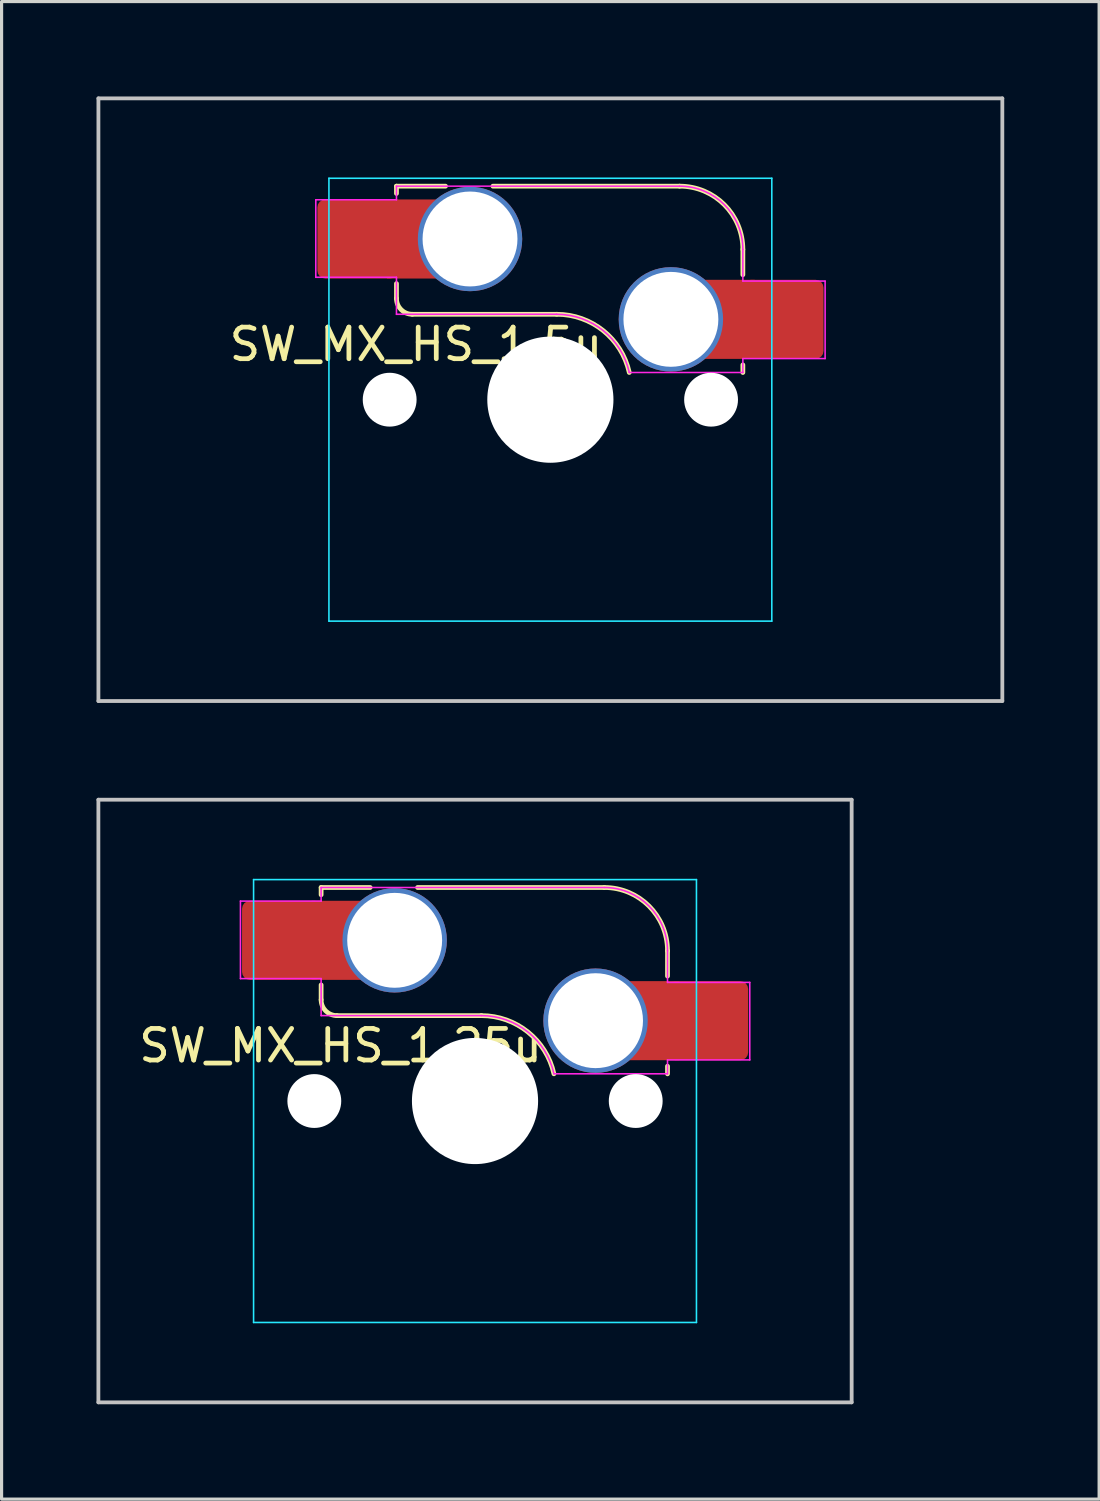
<source format=kicad_pcb>
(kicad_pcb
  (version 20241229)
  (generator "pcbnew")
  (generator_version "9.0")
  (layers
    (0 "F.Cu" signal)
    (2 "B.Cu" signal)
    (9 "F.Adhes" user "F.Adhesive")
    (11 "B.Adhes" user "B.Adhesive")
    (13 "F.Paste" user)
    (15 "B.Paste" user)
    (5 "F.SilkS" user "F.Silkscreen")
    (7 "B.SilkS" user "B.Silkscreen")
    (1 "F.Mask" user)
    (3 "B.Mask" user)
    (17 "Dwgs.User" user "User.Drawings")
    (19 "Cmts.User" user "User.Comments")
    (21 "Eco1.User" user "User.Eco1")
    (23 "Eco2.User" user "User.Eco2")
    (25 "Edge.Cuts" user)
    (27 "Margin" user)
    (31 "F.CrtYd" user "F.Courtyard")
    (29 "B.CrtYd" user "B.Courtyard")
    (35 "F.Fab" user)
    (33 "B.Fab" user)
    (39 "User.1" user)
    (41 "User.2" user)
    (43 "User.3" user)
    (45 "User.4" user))
  (footprint "SW_MX_HS_1.25u"
    (layer "F.Cu")
    (at 11.966 31.755)
    (property "Reference" "SW_MX_HS_1.25u" (at -4.25 -1.75 0) (layer "F.SilkS") (effects (font (size 1 1) (thickness 0.15))))
    (attr smd)
    (fp_line (start -4.865 -6.75) (end -4.865 -6.52) (stroke (width 0.15) (type solid)) (layer "F.SilkS"))
    (fp_line (start -4.865 -3.67) (end -4.865 -3.2) (stroke (width 0.15) (type solid)) (layer "F.SilkS"))
    (fp_line (start -4.365 -2.7) (end 0.2 -2.7) (stroke (width 0.15) (type solid)) (layer "F.SilkS"))
    (fp_line (start -3.315 -6.75) (end -4.865 -6.75) (stroke (width 0.15) (type solid)) (layer "F.SilkS"))
    (fp_line (start 4.085 -6.75) (end -1.815 -6.75) (stroke (width 0.15) (type solid)) (layer "F.SilkS"))
    (fp_line (start 6.085 -3.95) (end 6.085 -4.75) (stroke (width 0.15) (type solid)) (layer "F.SilkS"))
    (fp_line (start 6.085 -1.1) (end 6.085 -0.86) (stroke (width 0.15) (type solid)) (layer "F.SilkS"))
    (fp_arc (start -4.364824 -2.70022) (mid -4.718377 -2.846667) (end -4.864824 -3.20022) (stroke (width 0.15) (type solid)) (layer "F.SilkS"))
    (fp_arc (start 0.2 -2.70022) (mid 1.670693 -2.183637) (end 2.494322 -0.86022) (stroke (width 0.15) (type solid)) (layer "F.SilkS"))
    (fp_arc (start 4.085176 -6.75022) (mid 5.49939 -6.164434) (end 6.085176 -4.75022) (stroke (width 0.15) (type solid)) (layer "F.SilkS"))
    (fp_line (start -11.906 -9.525) (end 11.906 -9.525) (stroke (width 0.12) (type solid)) (layer "Dwgs.User"))
    (fp_line (start -11.906 9.525) (end -11.906 -9.525) (stroke (width 0.12) (type solid)) (layer "Dwgs.User"))
    (fp_line (start 11.906 -9.525) (end 11.906 9.525) (stroke (width 0.12) (type solid)) (layer "Dwgs.User"))
    (fp_line (start 11.906 9.525) (end -11.906 9.525) (stroke (width 0.12) (type solid)) (layer "Dwgs.User"))
    (fp_line (start -7 -6.5) (end -7 6.5) (stroke (width 0.05) (type solid)) (layer "Eco2.User"))
    (fp_line (start -6.5 7) (end 6.5 7) (stroke (width 0.05) (type solid)) (layer "Eco2.User"))
    (fp_line (start 6.5 -7) (end -6.5 -7) (stroke (width 0.05) (type solid)) (layer "Eco2.User"))
    (fp_line (start 7 6.5) (end 7 -6.5) (stroke (width 0.05) (type solid)) (layer "Eco2.User"))
    (fp_arc (start -7 -6.5) (mid -6.853553 -6.853553) (end -6.5 -7) (stroke (width 0.05) (type solid)) (layer "Eco2.User"))
    (fp_arc (start -6.497236 6.998884) (mid -6.850789 6.852437) (end -6.997236 6.498884) (stroke (width 0.05) (type solid)) (layer "Eco2.User"))
    (fp_arc (start 6.5 -7) (mid 6.853553 -6.853553) (end 7 -6.5) (stroke (width 0.05) (type solid)) (layer "Eco2.User"))
    (fp_arc (start 7 6.5) (mid 6.853553 6.853553) (end 6.5 7) (stroke (width 0.05) (type solid)) (layer "Eco2.User"))
    (fp_line (start -7 -7) (end 7 -7) (stroke (width 0.05) (type solid)) (layer "B.CrtYd"))
    (fp_line (start -7 7) (end -7 -7) (stroke (width 0.05) (type solid)) (layer "B.CrtYd"))
    (fp_line (start 7 -7) (end 7 7) (stroke (width 0.05) (type solid)) (layer "B.CrtYd"))
    (fp_line (start 7 7) (end -7 7) (stroke (width 0.05) (type solid)) (layer "B.CrtYd"))
    (fp_line (start -7.415 -6.32) (end -4.865 -6.32) (stroke (width 0.05) (type solid)) (layer "F.CrtYd"))
    (fp_line (start -7.415 -3.87) (end -7.415 -6.32) (stroke (width 0.05) (type solid)) (layer "F.CrtYd"))
    (fp_line (start -4.865 -6.75) (end -4.865 -6.32) (stroke (width 0.05) (type solid)) (layer "F.CrtYd"))
    (fp_line (start -4.865 -3.87) (end -7.415 -3.87) (stroke (width 0.05) (type solid)) (layer "F.CrtYd"))
    (fp_line (start -4.865 -3.87) (end -4.865 -2.7) (stroke (width 0.05) (type solid)) (layer "F.CrtYd"))
    (fp_line (start -4.865 -2.7) (end 0.2 -2.7) (stroke (width 0.05) (type solid)) (layer "F.CrtYd"))
    (fp_line (start 4.085 -6.75) (end -4.865 -6.75) (stroke (width 0.05) (type solid)) (layer "F.CrtYd"))
    (fp_line (start 6.085 -3.75) (end 6.085 -4.75) (stroke (width 0.05) (type solid)) (layer "F.CrtYd"))
    (fp_line (start 6.085 -3.75) (end 8.685 -3.75) (stroke (width 0.05) (type solid)) (layer "F.CrtYd"))
    (fp_line (start 6.085 -1.3) (end 6.085 -0.86) (stroke (width 0.05) (type solid)) (layer "F.CrtYd"))
    (fp_line (start 6.085 -0.86) (end 2.494 -0.86) (stroke (width 0.05) (type solid)) (layer "F.CrtYd"))
    (fp_line (start 8.685 -3.75) (end 8.685 -1.3) (stroke (width 0.05) (type solid)) (layer "F.CrtYd"))
    (fp_line (start 8.685 -1.3) (end 6.085 -1.3) (stroke (width 0.05) (type solid)) (layer "F.CrtYd"))
    (fp_arc (start 0.2 -2.70022) (mid 1.670503 -2.183399) (end 2.494322 -0.86022) (stroke (width 0.05) (type solid)) (layer "F.CrtYd"))
    (fp_arc (start 4.085176 -6.75022) (mid 5.49939 -6.164434) (end 6.085176 -4.75022) (stroke (width 0.05) (type solid)) (layer "F.CrtYd"))
    (pad "" np_thru_hole circle (at -5.08 0) (size 1.702 1.702) (drill 1.702) (layers "*.Cu" "*.Mask"))
    (pad "" np_thru_hole circle (at 0 0) (size 3.988 3.988) (drill 3.988) (layers "*.Cu" "*.Mask"))
    (pad "" np_thru_hole circle (at 5.08 0) (size 1.702 1.702) (drill 1.702) (layers "*.Cu" "*.Mask"))
    (pad "1" thru_hole circle (at 3.81 -2.54) (size 3.3 3.3) (drill 3) (layers "*.Cu" "*.Mask"))
    (pad "1" smd rect (at 5.635 -2.54 180) (size 1.65 2.5) (layers "F.Cu"))
    (pad "1" smd roundrect (at 7.36 -2.54) (size 2.55 2.5) (layers "F.Cu" "F.Mask" "F.Paste") (roundrect_rratio 0.1))
    (pad "2" smd roundrect (at -6.09 -5.08) (size 2.55 2.5) (layers "F.Cu" "F.Mask" "F.Paste") (roundrect_rratio 0.1))
    (pad "2" smd rect (at -4.34 -5.08) (size 1.65 2.5) (layers "F.Cu"))
    (pad "2" thru_hole circle (at -2.54 -5.08) (size 3.3 3.3) (drill 3) (layers "*.Cu" "*.Mask")))
  (footprint "SW_MX_HS_1.5u"
    (layer "F.Cu")
    (at 14.348 9.585)
    (property "Reference" "SW_MX_HS_1.5u" (at -4.25 -1.75 0) (layer "F.SilkS") (effects (font (size 1 1) (thickness 0.15))))
    (attr smd)
    (fp_line (start -4.865 -6.75) (end -4.865 -6.52) (stroke (width 0.15) (type solid)) (layer "F.SilkS"))
    (fp_line (start -4.865 -3.67) (end -4.865 -3.2) (stroke (width 0.15) (type solid)) (layer "F.SilkS"))
    (fp_line (start -4.365 -2.7) (end 0.2 -2.7) (stroke (width 0.15) (type solid)) (layer "F.SilkS"))
    (fp_line (start -3.315 -6.75) (end -4.865 -6.75) (stroke (width 0.15) (type solid)) (layer "F.SilkS"))
    (fp_line (start 4.085 -6.75) (end -1.815 -6.75) (stroke (width 0.15) (type solid)) (layer "F.SilkS"))
    (fp_line (start 6.085 -3.95) (end 6.085 -4.75) (stroke (width 0.15) (type solid)) (layer "F.SilkS"))
    (fp_line (start 6.085 -1.1) (end 6.085 -0.86) (stroke (width 0.15) (type solid)) (layer "F.SilkS"))
    (fp_arc (start -4.364824 -2.70022) (mid -4.718377 -2.846667) (end -4.864824 -3.20022) (stroke (width 0.15) (type solid)) (layer "F.SilkS"))
    (fp_arc (start 0.2 -2.70022) (mid 1.670693 -2.183637) (end 2.494322 -0.86022) (stroke (width 0.15) (type solid)) (layer "F.SilkS"))
    (fp_arc (start 4.085176 -6.75022) (mid 5.49939 -6.164434) (end 6.085176 -4.75022) (stroke (width 0.15) (type solid)) (layer "F.SilkS"))
    (fp_line (start -14.287 -9.525) (end 14.287 -9.525) (stroke (width 0.12) (type solid)) (layer "Dwgs.User"))
    (fp_line (start -14.287 9.525) (end -14.287 -9.525) (stroke (width 0.12) (type solid)) (layer "Dwgs.User"))
    (fp_line (start 14.287 -9.525) (end 14.287 9.525) (stroke (width 0.12) (type solid)) (layer "Dwgs.User"))
    (fp_line (start 14.287 9.525) (end -14.287 9.525) (stroke (width 0.12) (type solid)) (layer "Dwgs.User"))
    (fp_line (start -7 -6.5) (end -7 6.5) (stroke (width 0.05) (type solid)) (layer "Eco2.User"))
    (fp_line (start -6.5 7) (end 6.5 7) (stroke (width 0.05) (type solid)) (layer "Eco2.User"))
    (fp_line (start 6.5 -7) (end -6.5 -7) (stroke (width 0.05) (type solid)) (layer "Eco2.User"))
    (fp_line (start 7 6.5) (end 7 -6.5) (stroke (width 0.05) (type solid)) (layer "Eco2.User"))
    (fp_arc (start -7 -6.5) (mid -6.853553 -6.853553) (end -6.5 -7) (stroke (width 0.05) (type solid)) (layer "Eco2.User"))
    (fp_arc (start -6.497236 6.998884) (mid -6.850789 6.852437) (end -6.997236 6.498884) (stroke (width 0.05) (type solid)) (layer "Eco2.User"))
    (fp_arc (start 6.5 -7) (mid 6.853553 -6.853553) (end 7 -6.5) (stroke (width 0.05) (type solid)) (layer "Eco2.User"))
    (fp_arc (start 7 6.5) (mid 6.853553 6.853553) (end 6.5 7) (stroke (width 0.05) (type solid)) (layer "Eco2.User"))
    (fp_line (start -7 -7) (end 7 -7) (stroke (width 0.05) (type solid)) (layer "B.CrtYd"))
    (fp_line (start -7 7) (end -7 -7) (stroke (width 0.05) (type solid)) (layer "B.CrtYd"))
    (fp_line (start 7 -7) (end 7 7) (stroke (width 0.05) (type solid)) (layer "B.CrtYd"))
    (fp_line (start 7 7) (end -7 7) (stroke (width 0.05) (type solid)) (layer "B.CrtYd"))
    (fp_line (start -7.415 -6.32) (end -4.865 -6.32) (stroke (width 0.05) (type solid)) (layer "F.CrtYd"))
    (fp_line (start -7.415 -3.87) (end -7.415 -6.32) (stroke (width 0.05) (type solid)) (layer "F.CrtYd"))
    (fp_line (start -4.865 -6.75) (end -4.865 -6.32) (stroke (width 0.05) (type solid)) (layer "F.CrtYd"))
    (fp_line (start -4.865 -3.87) (end -7.415 -3.87) (stroke (width 0.05) (type solid)) (layer "F.CrtYd"))
    (fp_line (start -4.865 -3.87) (end -4.865 -2.7) (stroke (width 0.05) (type solid)) (layer "F.CrtYd"))
    (fp_line (start -4.865 -2.7) (end 0.2 -2.7) (stroke (width 0.05) (type solid)) (layer "F.CrtYd"))
    (fp_line (start 4.085 -6.75) (end -4.865 -6.75) (stroke (width 0.05) (type solid)) (layer "F.CrtYd"))
    (fp_line (start 6.085 -3.75) (end 6.085 -4.75) (stroke (width 0.05) (type solid)) (layer "F.CrtYd"))
    (fp_line (start 6.085 -3.75) (end 8.685 -3.75) (stroke (width 0.05) (type solid)) (layer "F.CrtYd"))
    (fp_line (start 6.085 -1.3) (end 6.085 -0.86) (stroke (width 0.05) (type solid)) (layer "F.CrtYd"))
    (fp_line (start 6.085 -0.86) (end 2.494 -0.86) (stroke (width 0.05) (type solid)) (layer "F.CrtYd"))
    (fp_line (start 8.685 -3.75) (end 8.685 -1.3) (stroke (width 0.05) (type solid)) (layer "F.CrtYd"))
    (fp_line (start 8.685 -1.3) (end 6.085 -1.3) (stroke (width 0.05) (type solid)) (layer "F.CrtYd"))
    (fp_arc (start 0.2 -2.70022) (mid 1.670503 -2.183399) (end 2.494322 -0.86022) (stroke (width 0.05) (type solid)) (layer "F.CrtYd"))
    (fp_arc (start 4.085176 -6.75022) (mid 5.49939 -6.164434) (end 6.085176 -4.75022) (stroke (width 0.05) (type solid)) (layer "F.CrtYd"))
    (pad "" np_thru_hole circle (at -5.08 0) (size 1.702 1.702) (drill 1.702) (layers "*.Cu" "*.Mask"))
    (pad "" np_thru_hole circle (at 0 0) (size 3.988 3.988) (drill 3.988) (layers "*.Cu" "*.Mask"))
    (pad "" np_thru_hole circle (at 5.08 0) (size 1.702 1.702) (drill 1.702) (layers "*.Cu" "*.Mask"))
    (pad "1" thru_hole circle (at 3.81 -2.54) (size 3.3 3.3) (drill 3) (layers "*.Cu" "*.Mask"))
    (pad "1" smd rect (at 5.635 -2.54 180) (size 1.65 2.5) (layers "F.Cu"))
    (pad "1" smd roundrect (at 7.36 -2.54) (size 2.55 2.5) (layers "F.Cu" "F.Mask" "F.Paste") (roundrect_rratio 0.1))
    (pad "2" smd roundrect (at -6.09 -5.08) (size 2.55 2.5) (layers "F.Cu" "F.Mask" "F.Paste") (roundrect_rratio 0.1))
    (pad "2" smd rect (at -4.34 -5.08) (size 1.65 2.5) (layers "F.Cu"))
    (pad "2" thru_hole circle (at -2.54 -5.08) (size 3.3 3.3) (drill 3) (layers "*.Cu" "*.Mask")))
  (gr_rect
    (start -3 -3)
    (end 31.695 44.34)
    (stroke (width 0.1) (type default))
    (fill no)
    (layer "Edge.Cuts")))
</source>
